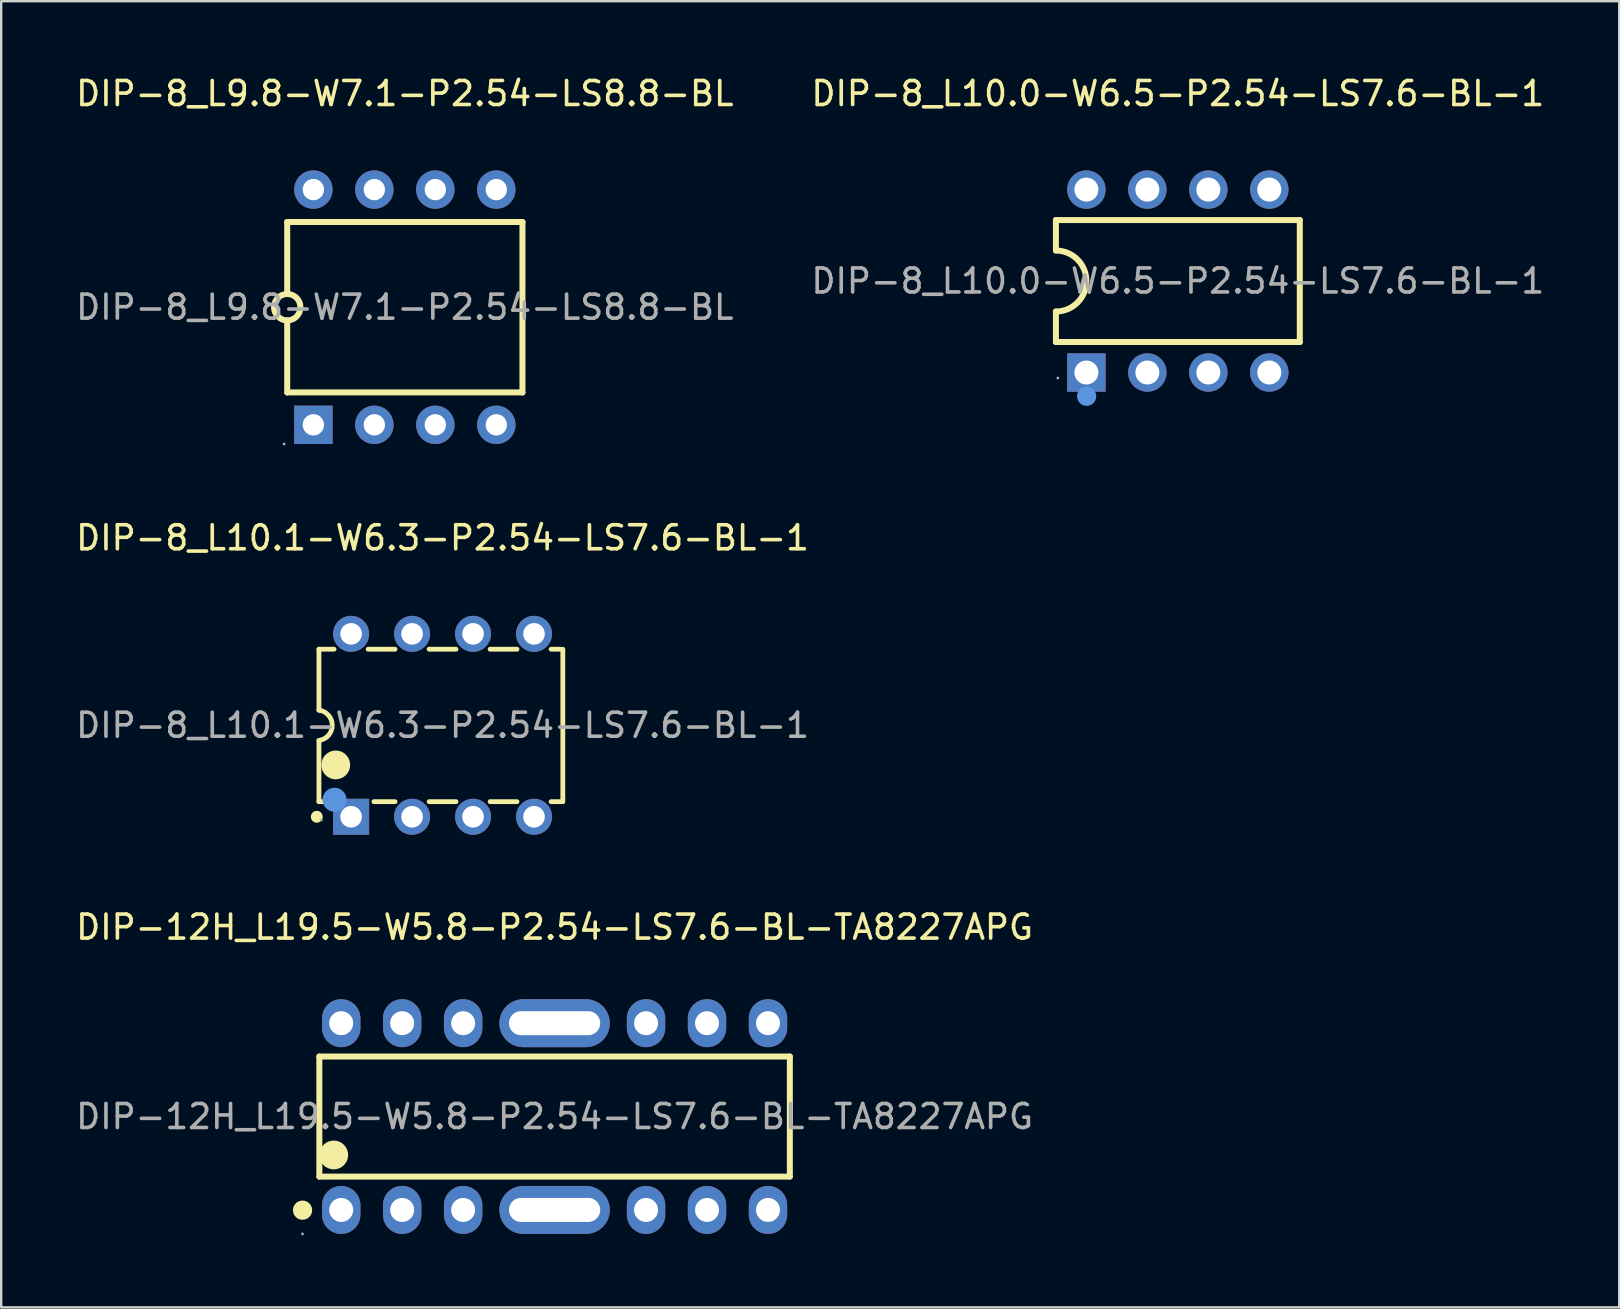
<source format=kicad_pcb>
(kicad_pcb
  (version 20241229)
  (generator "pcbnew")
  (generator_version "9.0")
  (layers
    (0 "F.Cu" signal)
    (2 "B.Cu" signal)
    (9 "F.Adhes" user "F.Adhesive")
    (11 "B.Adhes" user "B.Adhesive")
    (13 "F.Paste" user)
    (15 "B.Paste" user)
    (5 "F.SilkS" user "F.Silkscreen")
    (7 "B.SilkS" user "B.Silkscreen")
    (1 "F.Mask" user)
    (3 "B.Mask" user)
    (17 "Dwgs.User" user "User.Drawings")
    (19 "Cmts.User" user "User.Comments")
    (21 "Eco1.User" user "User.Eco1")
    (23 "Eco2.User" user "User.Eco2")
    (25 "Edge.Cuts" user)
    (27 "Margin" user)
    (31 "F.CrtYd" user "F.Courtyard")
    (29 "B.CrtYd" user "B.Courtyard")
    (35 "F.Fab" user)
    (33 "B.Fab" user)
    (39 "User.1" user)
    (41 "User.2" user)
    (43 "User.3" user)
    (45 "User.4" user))
  (footprint "DIP-12H_L19.5-W5.8-P2.54-LS7.6-BL-TA8227APG"
    (layer "F.Cu")
    (at 20.054 43.465)
    (property "Reference" "DIP-12H_L19.5-W5.8-P2.54-LS7.6-BL-TA8227APG" (at 0 -7.89 0) (layer "F.SilkS") (effects (font (size 1 1) (thickness 0.15))))
    (attr through_hole)
    (fp_line (start -9.8 -2.5) (end -9.8 2.5) (stroke (width 0.25) (type solid)) (layer "F.SilkS"))
    (fp_line (start -9.8 2.5) (end 9.8 2.5) (stroke (width 0.25) (type solid)) (layer "F.SilkS"))
    (fp_line (start 9.8 -2.5) (end -9.8 -2.5) (stroke (width 0.25) (type solid)) (layer "F.SilkS"))
    (fp_line (start 9.8 2.5) (end 9.8 -2.5) (stroke (width 0.25) (type solid)) (layer "F.SilkS"))
    (fp_arc (start -10.5 3.9) (mid -10.5 3.9) (end -10.5 3.9) (stroke (width 0.4) (type solid)) (layer "F.SilkS"))
    (fp_arc (start -9.2 1.6) (mid -9.2 1.6) (end -9.2 1.6) (stroke (width 0.6) (type solid)) (layer "F.SilkS"))
    (fp_circle (center -10.5 4.89) (end -10.47 4.89) (stroke (width 0.06) (type solid)) (fill no) (layer "F.Fab"))
    (fp_circle (center -8.89 -3.89) (end -8.69 -3.89) (stroke (width 0.4) (type solid)) (fill no) (layer "F.Fab"))
    (fp_circle (center -8.89 3.89) (end -8.69 3.89) (stroke (width 0.4) (type solid)) (fill no) (layer "F.Fab"))
    (fp_circle (center -6.35 -3.89) (end -6.15 -3.89) (stroke (width 0.4) (type solid)) (fill no) (layer "F.Fab"))
    (fp_circle (center -6.35 3.89) (end -6.15 3.89) (stroke (width 0.4) (type solid)) (fill no) (layer "F.Fab"))
    (fp_circle (center -3.81 -3.89) (end -3.61 -3.89) (stroke (width 0.4) (type solid)) (fill no) (layer "F.Fab"))
    (fp_circle (center -3.81 3.89) (end -3.61 3.89) (stroke (width 0.4) (type solid)) (fill no) (layer "F.Fab"))
    (fp_circle (center 3.81 -3.89) (end 4.01 -3.89) (stroke (width 0.4) (type solid)) (fill no) (layer "F.Fab"))
    (fp_circle (center 3.81 3.89) (end 4.01 3.89) (stroke (width 0.4) (type solid)) (fill no) (layer "F.Fab"))
    (fp_circle (center 6.35 -3.89) (end 6.55 -3.89) (stroke (width 0.4) (type solid)) (fill no) (layer "F.Fab"))
    (fp_circle (center 6.35 3.89) (end 6.55 3.89) (stroke (width 0.4) (type solid)) (fill no) (layer "F.Fab"))
    (fp_circle (center 8.89 -3.89) (end 9.09 -3.89) (stroke (width 0.4) (type solid)) (fill no) (layer "F.Fab"))
    (fp_circle (center 8.89 3.89) (end 9.09 3.89) (stroke (width 0.4) (type solid)) (fill no) (layer "F.Fab"))
    (fp_text user "${REFERENCE}" (at 0 0 0) (layer "F.Fab") (effects (font (size 1 1) (thickness 0.15))))
    (pad "1" thru_hole oval (at -8.89 3.89 90) (size 2 1.6) (drill 1) (layers "*.Cu" "*.Paste" "*.Mask"))
    (pad "2" thru_hole oval (at -6.35 3.89 90) (size 2 1.6) (drill 1) (layers "*.Cu" "*.Paste" "*.Mask"))
    (pad "3" thru_hole oval (at -3.81 3.89 90) (size 2 1.6) (drill 1) (layers "*.Cu" "*.Paste" "*.Mask"))
    (pad "4" thru_hole oval (at 3.81 3.89 90) (size 2 1.6) (drill 1) (layers "*.Cu" "*.Paste" "*.Mask"))
    (pad "5" thru_hole oval (at 6.35 3.89 90) (size 2 1.6) (drill 1) (layers "*.Cu" "*.Paste" "*.Mask"))
    (pad "6" thru_hole oval (at 8.89 3.89 90) (size 2 1.6) (drill 1) (layers "*.Cu" "*.Paste" "*.Mask"))
    (pad "7" thru_hole oval (at 8.89 -3.89 90) (size 2 1.6) (drill 1) (layers "*.Cu" "*.Paste" "*.Mask"))
    (pad "8" thru_hole oval (at 6.35 -3.89 90) (size 2 1.6) (drill 1) (layers "*.Cu" "*.Paste" "*.Mask"))
    (pad "9" thru_hole oval (at 3.81 -3.89 90) (size 2 1.6) (drill 1) (layers "*.Cu" "*.Paste" "*.Mask"))
    (pad "10" thru_hole oval (at -3.81 -3.89 90) (size 2 1.6) (drill 1) (layers "*.Cu" "*.Paste" "*.Mask"))
    (pad "11" thru_hole oval (at -6.35 -3.89 90) (size 2 1.6) (drill 1) (layers "*.Cu" "*.Paste" "*.Mask"))
    (pad "12" thru_hole oval (at -8.89 -3.89 90) (size 2 1.6) (drill 1) (layers "*.Cu" "*.Paste" "*.Mask"))
    (pad "13" thru_hole oval (at 0 -3.89 90) (size 2 4.6) (drill oval 1 3.8) (layers "*.Cu" "*.Paste" "*.Mask"))
    (pad "14" thru_hole oval (at 0 3.89 90) (size 2 4.6) (drill oval 1 3.8) (layers "*.Cu" "*.Paste" "*.Mask")))
  (footprint "DIP-8_L10.0-W6.5-P2.54-LS7.6-BL-1"
    (layer "F.Cu")
    (at 46.018 8.658)
    (property "Reference" "DIP-8_L10.0-W6.5-P2.54-LS7.6-BL-1" (at 0 -7.81 0) (layer "F.SilkS") (effects (font (size 1 1) (thickness 0.15))))
    (attr through_hole)
    (fp_line (start -5.08 -1.27) (end -5.08 -2.54) (stroke (width 0.25) (type solid)) (layer "F.SilkS"))
    (fp_line (start -5.08 2.54) (end -5.08 1.27) (stroke (width 0.25) (type solid)) (layer "F.SilkS"))
    (fp_line (start 5.08 -2.54) (end -5.08 -2.54) (stroke (width 0.25) (type solid)) (layer "F.SilkS"))
    (fp_line (start 5.08 2.54) (end -5.08 2.54) (stroke (width 0.25) (type solid)) (layer "F.SilkS"))
    (fp_line (start 5.08 2.54) (end 5.08 -2.54) (stroke (width 0.25) (type solid)) (layer "F.SilkS"))
    (fp_arc (start -5.08 -1.27) (mid -3.81 0) (end -5.08 1.27) (stroke (width 0.25) (type solid)) (layer "F.SilkS"))
    (fp_circle (center -3.8 4.8) (end -3.6 4.8) (stroke (width 0.4) (type solid)) (fill no) (layer "Cmts.User"))
    (fp_circle (center -5 4.04) (end -4.97 4.04) (stroke (width 0.06) (type solid)) (fill no) (layer "F.Fab"))
    (fp_circle (center -3.81 -3.8) (end -3.69 -3.8) (stroke (width 0.24) (type solid)) (fill no) (layer "F.Fab"))
    (fp_circle (center -3.81 3.8) (end -3.69 3.8) (stroke (width 0.24) (type solid)) (fill no) (layer "F.Fab"))
    (fp_circle (center -1.27 -3.8) (end -1.15 -3.8) (stroke (width 0.24) (type solid)) (fill no) (layer "F.Fab"))
    (fp_circle (center -1.27 3.8) (end -1.15 3.8) (stroke (width 0.24) (type solid)) (fill no) (layer "F.Fab"))
    (fp_circle (center 1.27 -3.8) (end 1.39 -3.8) (stroke (width 0.24) (type solid)) (fill no) (layer "F.Fab"))
    (fp_circle (center 1.27 3.8) (end 1.39 3.8) (stroke (width 0.24) (type solid)) (fill no) (layer "F.Fab"))
    (fp_circle (center 3.81 -3.8) (end 3.93 -3.8) (stroke (width 0.24) (type solid)) (fill no) (layer "F.Fab"))
    (fp_circle (center 3.81 3.8) (end 3.93 3.8) (stroke (width 0.24) (type solid)) (fill no) (layer "F.Fab"))
    (fp_text user "${REFERENCE}" (at 0 0 0) (layer "F.Fab") (effects (font (size 1 1) (thickness 0.15))))
    (pad "1" thru_hole rect (at -3.81 3.81) (size 1.6 1.6) (drill 1) (layers "*.Cu" "*.Paste" "*.Mask"))
    (pad "2" thru_hole circle (at -1.27 3.81) (size 1.6 1.6) (drill 1) (layers "*.Cu" "*.Paste" "*.Mask"))
    (pad "3" thru_hole circle (at 1.27 3.81) (size 1.6 1.6) (drill 1) (layers "*.Cu" "*.Paste" "*.Mask"))
    (pad "4" thru_hole circle (at 3.81 3.81) (size 1.6 1.6) (drill 1) (layers "*.Cu" "*.Paste" "*.Mask"))
    (pad "5" thru_hole circle (at 3.81 -3.81) (size 1.6 1.6) (drill 1) (layers "*.Cu" "*.Paste" "*.Mask"))
    (pad "6" thru_hole circle (at 1.27 -3.81) (size 1.6 1.6) (drill 1) (layers "*.Cu" "*.Paste" "*.Mask"))
    (pad "7" thru_hole circle (at -1.27 -3.81) (size 1.6 1.6) (drill 1) (layers "*.Cu" "*.Paste" "*.Mask"))
    (pad "8" thru_hole circle (at -3.81 -3.81) (size 1.6 1.6) (drill 1) (layers "*.Cu" "*.Paste" "*.Mask")))
  (footprint "DIP-8_L10.1-W6.3-P2.54-LS7.6-BL-1"
    (layer "F.Cu")
    (at 15.387 27.166)
    (property "Reference" "DIP-8_L10.1-W6.3-P2.54-LS7.6-BL-1" (at 0 -7.81 0) (layer "F.SilkS") (effects (font (size 1 1) (thickness 0.15))))
    (attr through_hole)
    (fp_line (start -5.15 -3.17) (end -4.52 -3.17) (stroke (width 0.2) (type solid)) (layer "F.SilkS"))
    (fp_line (start -5.15 -0.63) (end -5.15 -3.17) (stroke (width 0.2) (type solid)) (layer "F.SilkS"))
    (fp_line (start -5.15 3.18) (end -5.15 0.64) (stroke (width 0.2) (type solid)) (layer "F.SilkS"))
    (fp_line (start -4.77 3.18) (end -5.15 3.18) (stroke (width 0.2) (type solid)) (layer "F.SilkS"))
    (fp_line (start -3.1 -3.17) (end -1.98 -3.17) (stroke (width 0.2) (type solid)) (layer "F.SilkS"))
    (fp_line (start -1.98 3.18) (end -2.86 3.18) (stroke (width 0.2) (type solid)) (layer "F.SilkS"))
    (fp_line (start -0.56 -3.17) (end 0.56 -3.17) (stroke (width 0.2) (type solid)) (layer "F.SilkS"))
    (fp_line (start 0.56 3.18) (end -0.56 3.18) (stroke (width 0.2) (type solid)) (layer "F.SilkS"))
    (fp_line (start 1.98 -3.17) (end 3.1 -3.17) (stroke (width 0.2) (type solid)) (layer "F.SilkS"))
    (fp_line (start 3.1 3.18) (end 1.98 3.18) (stroke (width 0.2) (type solid)) (layer "F.SilkS"))
    (fp_line (start 4.52 -3.17) (end 4.9 -3.17) (stroke (width 0.2) (type solid)) (layer "F.SilkS"))
    (fp_line (start 5 3.18) (end 4.52 3.18) (stroke (width 0.2) (type solid)) (layer "F.SilkS"))
    (fp_line (start 5.01 -3.17) (end 5.01 3.18) (stroke (width 0.2) (type solid)) (layer "F.SilkS"))
    (fp_arc (start -5.24 3.81) (mid -5.24 3.81) (end -5.24 3.81) (stroke (width 0.25) (type solid)) (layer "F.SilkS"))
    (fp_arc (start -5.15 -0.63) (mid -4.594941 0.000797) (end -5.151582 0.630199) (stroke (width 0.2) (type solid)) (layer "F.SilkS"))
    (fp_arc (start -4.45 1.65) (mid -4.45 1.65) (end -4.45 1.65) (stroke (width 0.6) (type solid)) (layer "F.SilkS"))
    (fp_circle (center -4.5 3.1) (end -4.25 3.1) (stroke (width 0.5) (type solid)) (fill no) (layer "Cmts.User"))
    (fp_circle (center -5.05 3.94) (end -5.02 3.94) (stroke (width 0.06) (type solid)) (fill no) (layer "F.Fab"))
    (fp_text user "${REFERENCE}" (at 0 0 0) (layer "F.Fab") (effects (font (size 1 1) (thickness 0.15))))
    (pad "1" thru_hole rect (at -3.81 3.81) (size 1.5 1.5) (drill 0.9) (layers "*.Cu" "*.Paste" "*.Mask"))
    (pad "2" thru_hole circle (at -1.27 3.81) (size 1.5 1.5) (drill 0.9) (layers "*.Cu" "*.Paste" "*.Mask"))
    (pad "3" thru_hole circle (at 1.27 3.81) (size 1.5 1.5) (drill 0.9) (layers "*.Cu" "*.Paste" "*.Mask"))
    (pad "4" thru_hole circle (at 3.81 3.81) (size 1.5 1.5) (drill 0.9) (layers "*.Cu" "*.Paste" "*.Mask"))
    (pad "5" thru_hole circle (at 3.81 -3.81) (size 1.5 1.5) (drill 0.9) (layers "*.Cu" "*.Paste" "*.Mask"))
    (pad "6" thru_hole circle (at 1.27 -3.81) (size 1.5 1.5) (drill 0.9) (layers "*.Cu" "*.Paste" "*.Mask"))
    (pad "7" thru_hole circle (at -1.27 -3.81) (size 1.5 1.5) (drill 0.9) (layers "*.Cu" "*.Paste" "*.Mask"))
    (pad "8" thru_hole circle (at -3.81 -3.81) (size 1.5 1.5) (drill 0.9) (layers "*.Cu" "*.Paste" "*.Mask")))
  (footprint "DIP-8_L9.8-W7.1-P2.54-LS8.8-BL"
    (layer "F.Cu")
    (at 13.815 9.748)
    (property "Reference" "DIP-8_L9.8-W7.1-P2.54-LS8.8-BL" (at 0 -8.9 0) (layer "F.SilkS") (effects (font (size 1 1) (thickness 0.15))))
    (attr through_hole)
    (fp_line (start -4.9 -3.55) (end -4.9 -0.55) (stroke (width 0.25) (type solid)) (layer "F.SilkS"))
    (fp_line (start -4.9 -3.55) (end 4.9 -3.55) (stroke (width 0.25) (type solid)) (layer "F.SilkS"))
    (fp_line (start -4.9 3.55) (end -4.9 0.55) (stroke (width 0.25) (type solid)) (layer "F.SilkS"))
    (fp_line (start -4.9 3.55) (end 4.9 3.55) (stroke (width 0.25) (type solid)) (layer "F.SilkS"))
    (fp_line (start 4.9 3.55) (end 4.9 -3.55) (stroke (width 0.25) (type solid)) (layer "F.SilkS"))
    (fp_arc (start -4.909599 0.549916) (mid -4.8952 -0.549979) (end -4.9 0.55) (stroke (width 0.25) (type solid)) (layer "F.SilkS"))
    (fp_circle (center -5.03 5.7) (end -5 5.7) (stroke (width 0.06) (type solid)) (fill no) (layer "F.Fab"))
    (fp_circle (center -3.81 -4.9) (end -3.64 -4.9) (stroke (width 0.34) (type solid)) (fill no) (layer "F.Fab"))
    (fp_circle (center -3.81 4.9) (end -3.64 4.9) (stroke (width 0.34) (type solid)) (fill no) (layer "F.Fab"))
    (fp_circle (center -1.27 -4.9) (end -1.1 -4.9) (stroke (width 0.34) (type solid)) (fill no) (layer "F.Fab"))
    (fp_circle (center -1.27 4.9) (end -1.1 4.9) (stroke (width 0.34) (type solid)) (fill no) (layer "F.Fab"))
    (fp_circle (center 1.27 -4.9) (end 1.44 -4.9) (stroke (width 0.34) (type solid)) (fill no) (layer "F.Fab"))
    (fp_circle (center 1.27 4.9) (end 1.44 4.9) (stroke (width 0.34) (type solid)) (fill no) (layer "F.Fab"))
    (fp_circle (center 3.81 -4.9) (end 3.98 -4.9) (stroke (width 0.34) (type solid)) (fill no) (layer "F.Fab"))
    (fp_circle (center 3.81 4.9) (end 3.98 4.9) (stroke (width 0.34) (type solid)) (fill no) (layer "F.Fab"))
    (fp_text user "${REFERENCE}" (at 0 0 0) (layer "F.Fab") (effects (font (size 1 1) (thickness 0.15))))
    (pad "1" thru_hole rect (at -3.81 4.9) (size 1.6 1.6) (drill 0.889) (layers "*.Cu" "*.Paste" "*.Mask"))
    (pad "2" thru_hole circle (at -1.27 4.9) (size 1.6 1.6) (drill 0.889) (layers "*.Cu" "*.Paste" "*.Mask"))
    (pad "3" thru_hole circle (at 1.27 4.9) (size 1.6 1.6) (drill 0.889) (layers "*.Cu" "*.Paste" "*.Mask"))
    (pad "4" thru_hole circle (at 3.81 4.9) (size 1.6 1.6) (drill 0.889) (layers "*.Cu" "*.Paste" "*.Mask"))
    (pad "5" thru_hole circle (at 3.81 -4.9) (size 1.6 1.6) (drill 0.889) (layers "*.Cu" "*.Paste" "*.Mask"))
    (pad "6" thru_hole circle (at 1.27 -4.9) (size 1.6 1.6) (drill 0.889) (layers "*.Cu" "*.Paste" "*.Mask"))
    (pad "7" thru_hole circle (at -1.27 -4.9) (size 1.6 1.6) (drill 0.889) (layers "*.Cu" "*.Paste" "*.Mask"))
    (pad "8" thru_hole circle (at -3.81 -4.9) (size 1.6 1.6) (drill 0.889) (layers "*.Cu" "*.Paste" "*.Mask")))
  (gr_rect
    (start -3 -3)
    (end 64.405 51.415)
    (stroke (width 0.1) (type default))
    (fill no)
    (layer "Edge.Cuts")))
</source>
